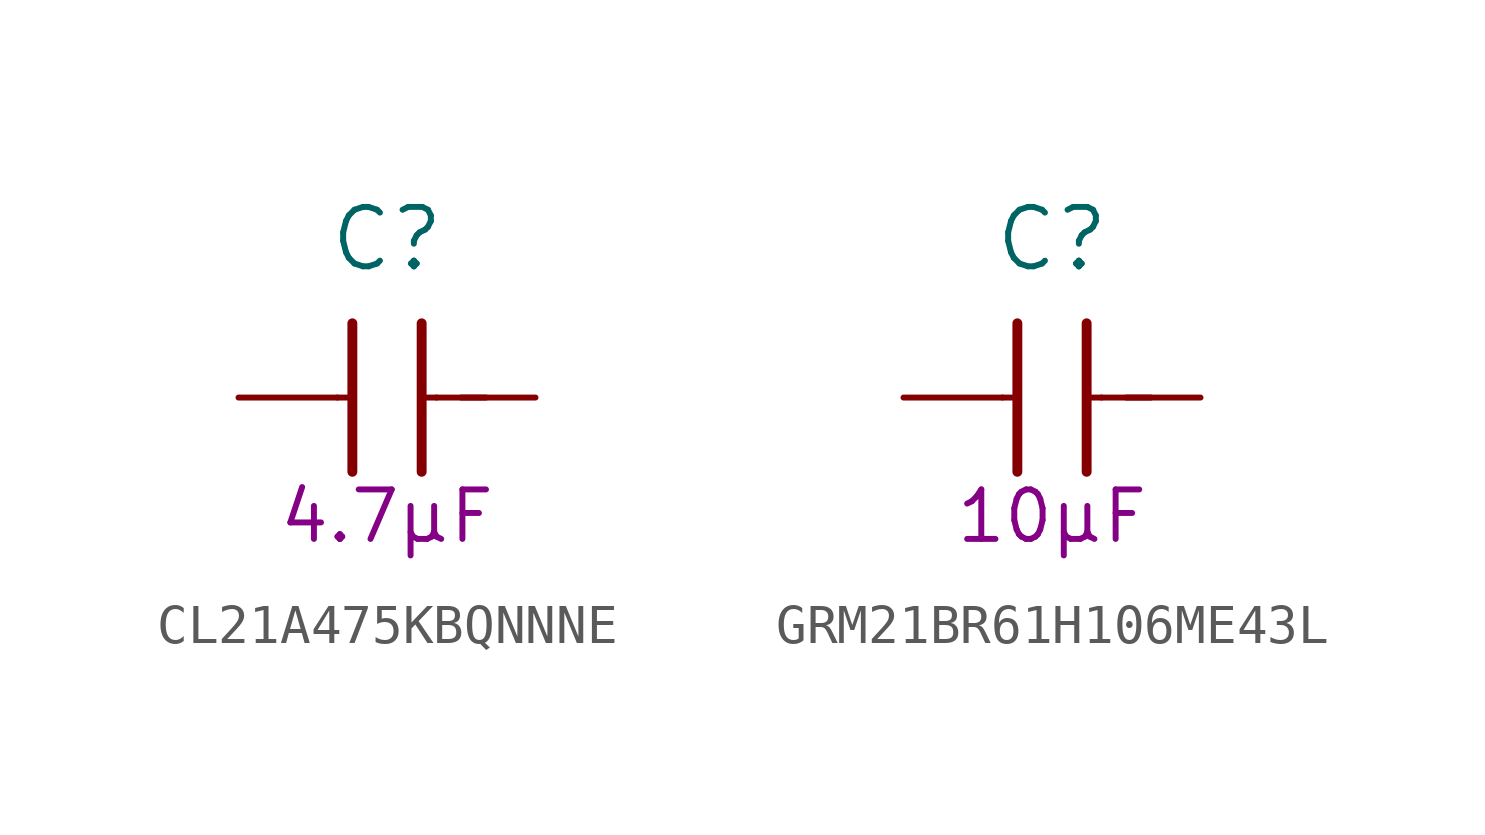
<source format=kicad_sym>
(kicad_symbol_lib
  (version 20231120)
  (generator "kicad_symbol_editor")
  (generator_version "8.0")
  (symbol "CL21A475KBQNNNE"
    (pin_numbers hide)
    (pin_names
      (offset 0) hide)
    (property "Reference" "C"
      (at -1.27 4.064 0)
      (effects (font (size 1.524 1.524))))
    (property "Capacitance (Farad)" "4.7µF"
      (at -1.27 -3.048 0)
      (effects (font (size 1.27 1.27))))
    (symbol "CL21A475KBQNNNE_0_1"
      (polyline (pts (xy -2.54 0) (xy -2.286 0)) (stroke (width 0) (type default)) (fill (type none)))
      (polyline (pts (xy -2.159 1.905) (xy -2.159 -1.905)) (stroke (width 0.254) (type default)) (fill (type none)))
      (polyline (pts (xy -0.381 1.905) (xy -0.381 -1.905)) (stroke (width 0.254) (type default)) (fill (type none)))
      (polyline (pts (xy 0 0) (xy -0.254 0)) (stroke (width 0) (type default)) (fill (type none)))
      (polyline (pts (xy 0.635 0) (xy 1.27 0)) (stroke (width 0) (type default)) (fill (type none))))
    (symbol "CL21A475KBQNNNE_1_1"
      (pin passive line (at -5.08 0 0) (length 2.54) (name "1" (effects (font (size 1.27 1.27)))) (number "1" (effects (font (size 1.27 1.27)))))
      (pin passive line (at 2.54 0 180) (length 2.54) (name "2" (effects (font (size 1.27 1.27)))) (number "2" (effects (font (size 1.27 1.27)))))))
  (symbol "GRM21BR61H106ME43L"
    (pin_numbers hide)
    (pin_names
      (offset 0) hide)
    (property "Reference" "C"
      (at -1.27 4.064 0)
      (effects (font (size 1.524 1.524))))
    (property "Capacitance (Farad)" "10µF"
      (at -1.27 -3.048 0)
      (effects (font (size 1.27 1.27))))
    (property "Sim.Params" "c=10u"
      (at 0 0 0)
      (effects (font (size 1.27 1.27)) (hide yes)))
    (symbol "GRM21BR61H106ME43L_0_1"
      (polyline (pts (xy -2.54 0) (xy -2.286 0)) (stroke (width 0) (type default)) (fill (type none)))
      (polyline (pts (xy -2.159 1.905) (xy -2.159 -1.905)) (stroke (width 0.254) (type default)) (fill (type none)))
      (polyline (pts (xy -0.381 1.905) (xy -0.381 -1.905)) (stroke (width 0.254) (type default)) (fill (type none)))
      (polyline (pts (xy 0 0) (xy -0.254 0)) (stroke (width 0) (type default)) (fill (type none)))
      (polyline (pts (xy 0.635 0) (xy 1.27 0)) (stroke (width 0) (type default)) (fill (type none))))
    (symbol "GRM21BR61H106ME43L_1_1"
      (pin passive line (at -5.08 0 0) (length 2.54) (name "1" (effects (font (size 1.27 1.27)))) (number "1" (effects (font (size 1.27 1.27)))))
      (pin passive line (at 2.54 0 180) (length 2.54) (name "2" (effects (font (size 1.27 1.27)))) (number "2" (effects (font (size 1.27 1.27))))))))
</source>
